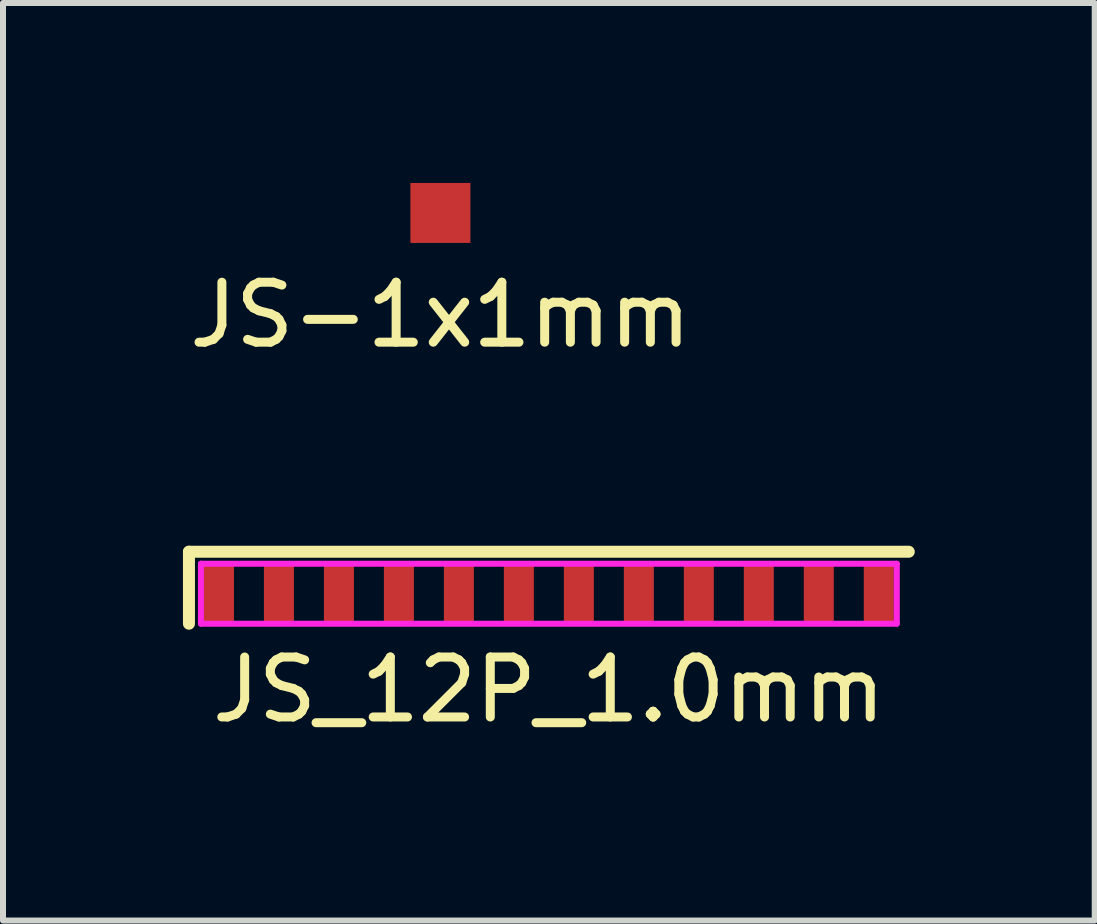
<source format=kicad_pcb>
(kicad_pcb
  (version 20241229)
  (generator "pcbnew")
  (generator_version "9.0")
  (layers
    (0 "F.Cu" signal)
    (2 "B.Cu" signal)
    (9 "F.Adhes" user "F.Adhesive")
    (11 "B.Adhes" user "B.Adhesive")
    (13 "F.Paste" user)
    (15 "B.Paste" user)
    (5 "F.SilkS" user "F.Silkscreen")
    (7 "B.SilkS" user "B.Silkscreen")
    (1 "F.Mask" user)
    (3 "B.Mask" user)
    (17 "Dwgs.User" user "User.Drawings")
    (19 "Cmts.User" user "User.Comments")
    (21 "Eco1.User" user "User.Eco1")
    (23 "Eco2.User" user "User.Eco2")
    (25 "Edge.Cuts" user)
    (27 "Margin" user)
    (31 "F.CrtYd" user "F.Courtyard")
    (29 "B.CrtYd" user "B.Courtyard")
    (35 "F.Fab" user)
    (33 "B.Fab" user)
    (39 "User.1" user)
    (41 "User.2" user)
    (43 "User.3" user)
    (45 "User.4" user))
  (footprint "JS-1x1mm"
    (layer "F.Cu")
    (at 4.292 0.5)
    (property "Reference" "JS-1x1mm" (at 0 1.7 0) (layer "F.SilkS") (effects (font (size 1 1) (thickness 0.15))))
    (attr smd)
    (pad "1" smd rect (at 0 0) (size 1 1) (layers "F.Cu" "F.Mask" "F.Paste")))
  (footprint "JS_12P_1.0mm"
    (layer "F.Cu")
    (at 6.1 6.848)
    (property "Reference" "JS_12P_1.0mm" (at 0 1.6 0) (layer "F.SilkS") (effects (font (size 1 1) (thickness 0.15))))
    (attr smd)
    (fp_line (start -6 -0.7) (end 6 -0.7) (stroke (width 0.2) (type solid)) (layer "F.SilkS"))
    (fp_line (start -6 0.5) (end -6 -0.7) (stroke (width 0.2) (type solid)) (layer "F.SilkS"))
    (fp_line (start -5.8 -0.5) (end -5.8 0.5) (stroke (width 0.1) (type solid)) (layer "F.CrtYd"))
    (fp_line (start -5.8 0.5) (end 5.8 0.5) (stroke (width 0.1) (type solid)) (layer "F.CrtYd"))
    (fp_line (start 5.8 -0.5) (end -5.8 -0.5) (stroke (width 0.1) (type solid)) (layer "F.CrtYd"))
    (fp_line (start 5.8 0.5) (end 5.8 -0.5) (stroke (width 0.1) (type solid)) (layer "F.CrtYd"))
    (pad "1" smd rect (at -5.5 0) (size 0.5 1) (layers "F.Cu" "F.Mask" "F.Paste"))
    (pad "2" smd rect (at -4.5 0) (size 0.5 1) (layers "F.Cu" "F.Mask" "F.Paste"))
    (pad "3" smd rect (at -3.5 0) (size 0.5 1) (layers "F.Cu" "F.Mask" "F.Paste"))
    (pad "4" smd rect (at -2.5 0) (size 0.5 1) (layers "F.Cu" "F.Mask" "F.Paste"))
    (pad "5" smd rect (at -1.5 0) (size 0.5 1) (layers "F.Cu" "F.Mask" "F.Paste"))
    (pad "6" smd rect (at -0.5 0) (size 0.5 1) (layers "F.Cu" "F.Mask" "F.Paste"))
    (pad "7" smd rect (at 0.5 0) (size 0.5 1) (layers "F.Cu" "F.Mask" "F.Paste"))
    (pad "8" smd rect (at 1.5 0) (size 0.5 1) (layers "F.Cu" "F.Mask" "F.Paste"))
    (pad "9" smd rect (at 2.5 0) (size 0.5 1) (layers "F.Cu" "F.Mask" "F.Paste"))
    (pad "10" smd rect (at 3.5 0) (size 0.5 1) (layers "F.Cu" "F.Mask" "F.Paste"))
    (pad "11" smd rect (at 4.5 0) (size 0.5 1) (layers "F.Cu" "F.Mask" "F.Paste"))
    (pad "12" smd rect (at 5.5 0) (size 0.5 1) (layers "F.Cu" "F.Mask" "F.Paste")))
  (gr_rect
    (start -3 -3)
    (end 15.2 12.296)
    (stroke (width 0.1) (type default))
    (fill no)
    (layer "Edge.Cuts")))
</source>
